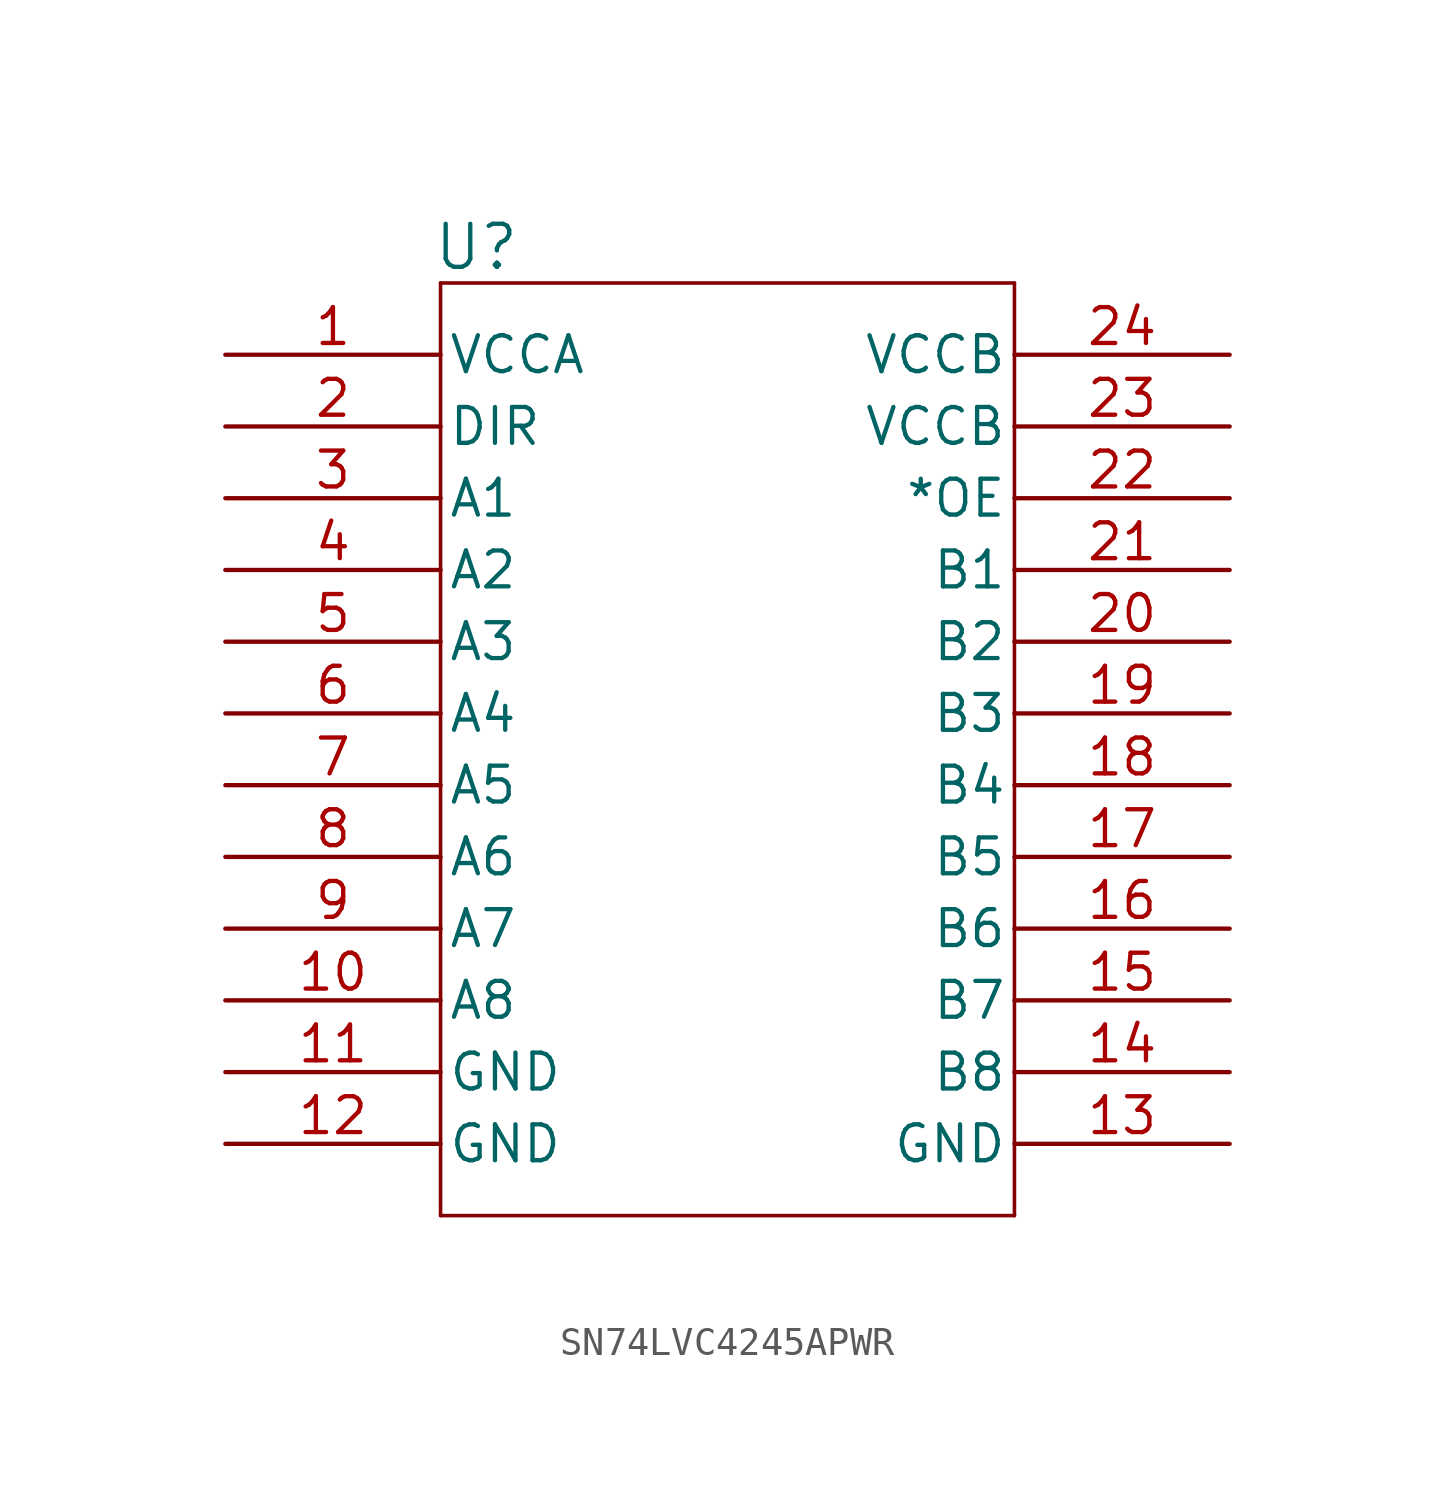
<source format=kicad_sym>
(kicad_symbol_lib
  (version 20220914)
  (generator kicad_symbol_editor)
  (symbol "SN74LVC4245APWR"
    (pin_names
      (offset 0.254))
    (property "Reference" "U"
      (at 8.89 3.81 0)
      (effects (font (size 1.524 1.524))))
    (symbol "SN74LVC4245APWR_0_1"
      (polyline (pts (xy 7.62 -30.48) (xy 27.94 -30.48)) (stroke (width 0.127) (type default)) (fill (type none)))
      (polyline (pts (xy 7.62 2.54) (xy 7.62 -30.48)) (stroke (width 0.127) (type default)) (fill (type none)))
      (polyline (pts (xy 27.94 -30.48) (xy 27.94 2.54)) (stroke (width 0.127) (type default)) (fill (type none)))
      (polyline (pts (xy 27.94 2.54) (xy 7.62 2.54)) (stroke (width 0.127) (type default)) (fill (type none)))
      (pin passive line (at 0 0 0) (length 7.62) (name "VCCA" (effects (font (size 1.27 1.27)))) (number "1" (effects (font (size 1.27 1.27)))))
      (pin passive line (at 0 -22.86 0) (length 7.62) (name "A8" (effects (font (size 1.27 1.27)))) (number "10" (effects (font (size 1.27 1.27)))))
      (pin passive line (at 0 -25.4 0) (length 7.62) (name "GND" (effects (font (size 1.27 1.27)))) (number "11" (effects (font (size 1.27 1.27)))))
      (pin passive line (at 0 -27.94 0) (length 7.62) (name "GND" (effects (font (size 1.27 1.27)))) (number "12" (effects (font (size 1.27 1.27)))))
      (pin passive line (at 35.56 -27.94 180) (length 7.62) (name "GND" (effects (font (size 1.27 1.27)))) (number "13" (effects (font (size 1.27 1.27)))))
      (pin passive line (at 35.56 -25.4 180) (length 7.62) (name "B8" (effects (font (size 1.27 1.27)))) (number "14" (effects (font (size 1.27 1.27)))))
      (pin passive line (at 35.56 -22.86 180) (length 7.62) (name "B7" (effects (font (size 1.27 1.27)))) (number "15" (effects (font (size 1.27 1.27)))))
      (pin passive line (at 35.56 -20.32 180) (length 7.62) (name "B6" (effects (font (size 1.27 1.27)))) (number "16" (effects (font (size 1.27 1.27)))))
      (pin passive line (at 35.56 -17.78 180) (length 7.62) (name "B5" (effects (font (size 1.27 1.27)))) (number "17" (effects (font (size 1.27 1.27)))))
      (pin passive line (at 35.56 -15.24 180) (length 7.62) (name "B4" (effects (font (size 1.27 1.27)))) (number "18" (effects (font (size 1.27 1.27)))))
      (pin passive line (at 35.56 -12.7 180) (length 7.62) (name "B3" (effects (font (size 1.27 1.27)))) (number "19" (effects (font (size 1.27 1.27)))))
      (pin passive line (at 0 -2.54 0) (length 7.62) (name "DIR" (effects (font (size 1.27 1.27)))) (number "2" (effects (font (size 1.27 1.27)))))
      (pin passive line (at 35.56 -10.16 180) (length 7.62) (name "B2" (effects (font (size 1.27 1.27)))) (number "20" (effects (font (size 1.27 1.27)))))
      (pin passive line (at 35.56 -7.62 180) (length 7.62) (name "B1" (effects (font (size 1.27 1.27)))) (number "21" (effects (font (size 1.27 1.27)))))
      (pin passive line (at 35.56 -5.08 180) (length 7.62) (name "*OE" (effects (font (size 1.27 1.27)))) (number "22" (effects (font (size 1.27 1.27)))))
      (pin passive line (at 35.56 -2.54 180) (length 7.62) (name "VCCB" (effects (font (size 1.27 1.27)))) (number "23" (effects (font (size 1.27 1.27)))))
      (pin passive line (at 35.56 0 180) (length 7.62) (name "VCCB" (effects (font (size 1.27 1.27)))) (number "24" (effects (font (size 1.27 1.27)))))
      (pin passive line (at 0 -5.08 0) (length 7.62) (name "A1" (effects (font (size 1.27 1.27)))) (number "3" (effects (font (size 1.27 1.27)))))
      (pin passive line (at 0 -7.62 0) (length 7.62) (name "A2" (effects (font (size 1.27 1.27)))) (number "4" (effects (font (size 1.27 1.27)))))
      (pin passive line (at 0 -10.16 0) (length 7.62) (name "A3" (effects (font (size 1.27 1.27)))) (number "5" (effects (font (size 1.27 1.27)))))
      (pin passive line (at 0 -12.7 0) (length 7.62) (name "A4" (effects (font (size 1.27 1.27)))) (number "6" (effects (font (size 1.27 1.27)))))
      (pin passive line (at 0 -15.24 0) (length 7.62) (name "A5" (effects (font (size 1.27 1.27)))) (number "7" (effects (font (size 1.27 1.27)))))
      (pin passive line (at 0 -17.78 0) (length 7.62) (name "A6" (effects (font (size 1.27 1.27)))) (number "8" (effects (font (size 1.27 1.27)))))
      (pin passive line (at 0 -20.32 0) (length 7.62) (name "A7" (effects (font (size 1.27 1.27)))) (number "9" (effects (font (size 1.27 1.27))))))))
</source>
